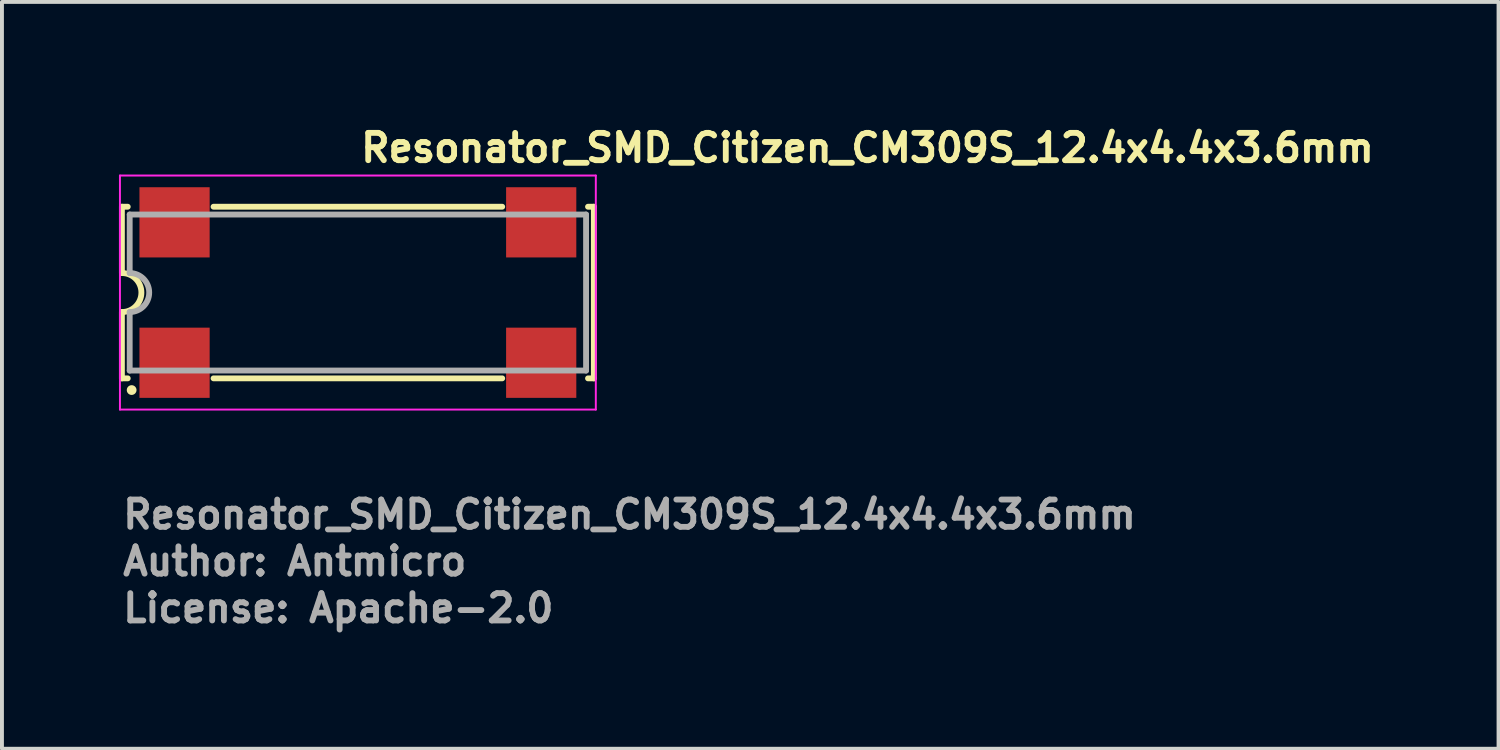
<source format=kicad_pcb>
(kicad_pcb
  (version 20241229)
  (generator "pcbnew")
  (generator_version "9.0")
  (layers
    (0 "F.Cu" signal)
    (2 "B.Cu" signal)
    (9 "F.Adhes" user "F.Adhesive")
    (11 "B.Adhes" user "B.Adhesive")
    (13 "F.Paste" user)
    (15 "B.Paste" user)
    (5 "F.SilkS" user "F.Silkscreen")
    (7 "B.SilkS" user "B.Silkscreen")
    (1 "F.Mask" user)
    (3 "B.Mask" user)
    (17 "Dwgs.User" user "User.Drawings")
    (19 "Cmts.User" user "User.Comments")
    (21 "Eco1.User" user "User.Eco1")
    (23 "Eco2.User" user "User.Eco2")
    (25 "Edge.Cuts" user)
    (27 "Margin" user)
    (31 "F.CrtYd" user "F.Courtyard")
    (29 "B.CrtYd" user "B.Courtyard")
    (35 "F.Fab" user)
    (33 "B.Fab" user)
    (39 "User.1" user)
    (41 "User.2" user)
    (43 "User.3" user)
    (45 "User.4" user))
  (footprint "Resonator_SMD_Citizen_CM309S_12.4x4.4x3.6mm"
    (layer "F.Cu")
    (at 6.125 4.45)
    (property "Reference" "Resonator_SMD_Citizen_CM309S_12.4x4.4x3.6mm" (at 0 -3.3 0) (layer "F.SilkS") (effects (font (size 0.7 0.7) (thickness 0.15)) (justify left bottom)))
    (attr smd)
    (fp_line (start -6.05 -2.2) (end -5.9 -2.2) (stroke (width 0.15) (type solid)) (layer "F.SilkS"))
    (fp_line (start -6.05 -0.5) (end -6.05 -2.2) (stroke (width 0.15) (type solid)) (layer "F.SilkS"))
    (fp_line (start -6.05 2.2) (end -6.05 0.5) (stroke (width 0.15) (type solid)) (layer "F.SilkS"))
    (fp_line (start -6.05 2.2) (end -5.9 2.2) (stroke (width 0.15) (type solid)) (layer "F.SilkS"))
    (fp_line (start -3.7 -2.2) (end 3.7 -2.2) (stroke (width 0.15) (type solid)) (layer "F.SilkS"))
    (fp_line (start 3.7 2.2) (end -3.7 2.2) (stroke (width 0.15) (type solid)) (layer "F.SilkS"))
    (fp_line (start 5.9 -2.2) (end 6.05 -2.2) (stroke (width 0.15) (type solid)) (layer "F.SilkS"))
    (fp_line (start 6.05 -2.2) (end 6.05 2.2) (stroke (width 0.15) (type solid)) (layer "F.SilkS"))
    (fp_line (start 6.05 2.2) (end 5.9 2.2) (stroke (width 0.15) (type solid)) (layer "F.SilkS"))
    (fp_arc (start -6.05 -0.5) (mid -5.55 0) (end -6.05 0.5) (stroke (width 0.15) (type solid)) (layer "F.SilkS"))
    (fp_circle (center -5.8 2.5) (end -5.75 2.5) (stroke (width 0.15) (type solid)) (fill yes) (layer "F.SilkS"))
    (fp_line (start -6.1 -3) (end -6.1 3) (stroke (width 0.05) (type solid)) (layer "F.CrtYd"))
    (fp_line (start -6.1 3) (end 6.1 3) (stroke (width 0.05) (type solid)) (layer "F.CrtYd"))
    (fp_line (start 6.1 -3) (end -6.1 -3) (stroke (width 0.05) (type solid)) (layer "F.CrtYd"))
    (fp_line (start 6.1 3) (end 6.1 -3) (stroke (width 0.05) (type solid)) (layer "F.CrtYd"))
    (fp_line (start -5.85 -2) (end 5.85 -2) (stroke (width 0.15) (type solid)) (layer "F.Fab"))
    (fp_line (start -5.85 -0.5) (end -5.85 -2) (stroke (width 0.15) (type solid)) (layer "F.Fab"))
    (fp_line (start -5.85 2) (end -5.85 0.5) (stroke (width 0.15) (type solid)) (layer "F.Fab"))
    (fp_line (start 5.85 -2) (end 5.85 2) (stroke (width 0.15) (type solid)) (layer "F.Fab"))
    (fp_line (start 5.85 2) (end -5.85 2) (stroke (width 0.15) (type solid)) (layer "F.Fab"))
    (fp_arc (start -5.85 -0.5) (mid -5.35 0) (end -5.85 0.5) (stroke (width 0.15) (type solid)) (layer "F.Fab"))
    (fp_rect (start 5.85 -2.4) (end -5.85 2.4) (stroke (width 0.1) (type solid)) (fill no) (layer "User.5"))
    (fp_line (start -5.85 -2) (end -5.65 -1.8) (stroke (width 0.01) (type solid)) (layer "User.9"))
    (fp_line (start -5.85 -2) (end 5.85 -2) (stroke (width 0.01) (type solid)) (layer "User.9"))
    (fp_line (start -5.85 2) (end -5.85 -2) (stroke (width 0.01) (type solid)) (layer "User.9"))
    (fp_line (start -5.85 2) (end -5.65 1.8) (stroke (width 0.01) (type solid)) (layer "User.9"))
    (fp_line (start -5.711 -1) (end -5.711 1) (stroke (width 0.01) (type solid)) (layer "User.9"))
    (fp_line (start -5.711 -1) (end -5.65 -1) (stroke (width 0.01) (type solid)) (layer "User.9"))
    (fp_line (start -5.711 1) (end -5.65 1) (stroke (width 0.01) (type solid)) (layer "User.9"))
    (fp_line (start -5.65 -1.8) (end 5.65 -1.8) (stroke (width 0.01) (type solid)) (layer "User.9"))
    (fp_line (start -5.65 -1) (end -5.65 -1.8) (stroke (width 0.01) (type solid)) (layer "User.9"))
    (fp_line (start -5.65 -1) (end -5.1 -1) (stroke (width 0.01) (type solid)) (layer "User.9"))
    (fp_line (start -5.65 1) (end -5.1 1) (stroke (width 0.01) (type solid)) (layer "User.9"))
    (fp_line (start -5.65 1.8) (end -5.65 1) (stroke (width 0.01) (type solid)) (layer "User.9"))
    (fp_line (start -5.15 -2.4) (end -4.45 -2.4) (stroke (width 0.01) (type solid)) (layer "User.9"))
    (fp_line (start -5.15 -2) (end -5.15 -2.4) (stroke (width 0.01) (type solid)) (layer "User.9"))
    (fp_line (start -5.15 2.4) (end -5.15 2) (stroke (width 0.01) (type solid)) (layer "User.9"))
    (fp_line (start -5.15 2.4) (end -4.45 2.4) (stroke (width 0.01) (type solid)) (layer "User.9"))
    (fp_line (start -5.1 1) (end -5.08 1) (stroke (width 0.01) (type solid)) (layer "User.9"))
    (fp_line (start -5.08 -1) (end -5.1 -1) (stroke (width 0.01) (type solid)) (layer "User.9"))
    (fp_line (start -5.08 1) (end -5.06 0.998) (stroke (width 0.01) (type solid)) (layer "User.9"))
    (fp_line (start -5.06 -0.998) (end -5.08 -1) (stroke (width 0.01) (type solid)) (layer "User.9"))
    (fp_line (start -5.06 0.998) (end -5.041 0.996) (stroke (width 0.01) (type solid)) (layer "User.9"))
    (fp_line (start -5.041 -0.996) (end -5.06 -0.998) (stroke (width 0.01) (type solid)) (layer "User.9"))
    (fp_line (start -5.041 0.996) (end -5.022 0.992) (stroke (width 0.01) (type solid)) (layer "User.9"))
    (fp_line (start -5.022 -0.992) (end -5.041 -0.996) (stroke (width 0.01) (type solid)) (layer "User.9"))
    (fp_line (start -5.022 0.992) (end -5.002 0.988) (stroke (width 0.01) (type solid)) (layer "User.9"))
    (fp_line (start -5.002 -0.988) (end -5.022 -0.992) (stroke (width 0.01) (type solid)) (layer "User.9"))
    (fp_line (start -5.002 0.988) (end -4.984 0.983) (stroke (width 0.01) (type solid)) (layer "User.9"))
    (fp_line (start -4.984 -0.983) (end -5.002 -0.988) (stroke (width 0.01) (type solid)) (layer "User.9"))
    (fp_line (start -4.984 0.983) (end -4.965 0.977) (stroke (width 0.01) (type solid)) (layer "User.9"))
    (fp_line (start -4.965 -0.977) (end -4.984 -0.983) (stroke (width 0.01) (type solid)) (layer "User.9"))
    (fp_line (start -4.965 0.977) (end -4.947 0.97) (stroke (width 0.01) (type solid)) (layer "User.9"))
    (fp_line (start -4.947 -0.97) (end -4.965 -0.977) (stroke (width 0.01) (type solid)) (layer "User.9"))
    (fp_line (start -4.947 0.97) (end -4.929 0.962) (stroke (width 0.01) (type solid)) (layer "User.9"))
    (fp_line (start -4.929 -0.962) (end -4.947 -0.97) (stroke (width 0.01) (type solid)) (layer "User.9"))
    (fp_line (start -4.929 0.962) (end -4.912 0.953) (stroke (width 0.01) (type solid)) (layer "User.9"))
    (fp_line (start -4.912 -0.953) (end -4.929 -0.962) (stroke (width 0.01) (type solid)) (layer "User.9"))
    (fp_line (start -4.912 0.953) (end -4.895 0.943) (stroke (width 0.01) (type solid)) (layer "User.9"))
    (fp_line (start -4.895 -0.943) (end -4.912 -0.953) (stroke (width 0.01) (type solid)) (layer "User.9"))
    (fp_line (start -4.895 0.943) (end -4.878 0.933) (stroke (width 0.01) (type solid)) (layer "User.9"))
    (fp_line (start -4.878 -0.933) (end -4.895 -0.943) (stroke (width 0.01) (type solid)) (layer "User.9"))
    (fp_line (start -4.878 0.933) (end -4.862 0.922) (stroke (width 0.01) (type solid)) (layer "User.9"))
    (fp_line (start -4.862 -0.922) (end -4.878 -0.933) (stroke (width 0.01) (type solid)) (layer "User.9"))
    (fp_line (start -4.862 0.922) (end -4.846 0.909) (stroke (width 0.01) (type solid)) (layer "User.9"))
    (fp_line (start -4.846 -0.909) (end -4.862 -0.922) (stroke (width 0.01) (type solid)) (layer "User.9"))
    (fp_line (start -4.846 0.909) (end -4.832 0.897) (stroke (width 0.01) (type solid)) (layer "User.9"))
    (fp_line (start -4.832 -0.897) (end -4.846 -0.909) (stroke (width 0.01) (type solid)) (layer "User.9"))
    (fp_line (start -4.832 0.897) (end -4.817 0.883) (stroke (width 0.01) (type solid)) (layer "User.9"))
    (fp_line (start -4.817 -0.883) (end -4.832 -0.897) (stroke (width 0.01) (type solid)) (layer "User.9"))
    (fp_line (start -4.817 -0.883) (end -4.817 -0.883) (stroke (width 0.01) (type solid)) (layer "User.9"))
    (fp_line (start -4.817 0.883) (end -4.817 0.883) (stroke (width 0.01) (type solid)) (layer "User.9"))
    (fp_line (start -4.817 0.883) (end -4.803 0.868) (stroke (width 0.01) (type solid)) (layer "User.9"))
    (fp_line (start -4.803 -0.868) (end -4.817 -0.883) (stroke (width 0.01) (type solid)) (layer "User.9"))
    (fp_line (start -4.803 0.868) (end -4.791 0.854) (stroke (width 0.01) (type solid)) (layer "User.9"))
    (fp_line (start -4.791 -0.854) (end -4.803 -0.868) (stroke (width 0.01) (type solid)) (layer "User.9"))
    (fp_line (start -4.791 0.854) (end -4.778 0.838) (stroke (width 0.01) (type solid)) (layer "User.9"))
    (fp_line (start -4.778 -0.838) (end -4.791 -0.854) (stroke (width 0.01) (type solid)) (layer "User.9"))
    (fp_line (start -4.778 0.838) (end -4.767 0.822) (stroke (width 0.01) (type solid)) (layer "User.9"))
    (fp_line (start -4.767 -0.822) (end -4.778 -0.838) (stroke (width 0.01) (type solid)) (layer "User.9"))
    (fp_line (start -4.767 0.822) (end -4.757 0.805) (stroke (width 0.01) (type solid)) (layer "User.9"))
    (fp_line (start -4.757 -0.805) (end -4.767 -0.822) (stroke (width 0.01) (type solid)) (layer "User.9"))
    (fp_line (start -4.757 0.805) (end -4.747 0.788) (stroke (width 0.01) (type solid)) (layer "User.9"))
    (fp_line (start -4.747 -0.788) (end -4.757 -0.805) (stroke (width 0.01) (type solid)) (layer "User.9"))
    (fp_line (start -4.747 0.788) (end -4.738 0.771) (stroke (width 0.01) (type solid)) (layer "User.9"))
    (fp_line (start -4.738 -0.771) (end -4.747 -0.788) (stroke (width 0.01) (type solid)) (layer "User.9"))
    (fp_line (start -4.738 0.771) (end -4.73 0.753) (stroke (width 0.01) (type solid)) (layer "User.9"))
    (fp_line (start -4.73 -0.753) (end -4.738 -0.771) (stroke (width 0.01) (type solid)) (layer "User.9"))
    (fp_line (start -4.73 0.753) (end -4.723 0.735) (stroke (width 0.01) (type solid)) (layer "User.9"))
    (fp_line (start -4.723 -0.735) (end -4.73 -0.753) (stroke (width 0.01) (type solid)) (layer "User.9"))
    (fp_line (start -4.723 0.735) (end -4.717 0.716) (stroke (width 0.01) (type solid)) (layer "User.9"))
    (fp_line (start -4.717 -0.716) (end -4.723 -0.735) (stroke (width 0.01) (type solid)) (layer "User.9"))
    (fp_line (start -4.717 0.716) (end -4.712 0.698) (stroke (width 0.01) (type solid)) (layer "User.9"))
    (fp_line (start -4.712 -0.698) (end -4.717 -0.716) (stroke (width 0.01) (type solid)) (layer "User.9"))
    (fp_line (start -4.712 0.698) (end -4.708 0.678) (stroke (width 0.01) (type solid)) (layer "User.9"))
    (fp_line (start -4.708 -0.678) (end -4.712 -0.698) (stroke (width 0.01) (type solid)) (layer "User.9"))
    (fp_line (start -4.708 0.678) (end -4.704 0.659) (stroke (width 0.01) (type solid)) (layer "User.9"))
    (fp_line (start -4.704 -0.659) (end -4.708 -0.678) (stroke (width 0.01) (type solid)) (layer "User.9"))
    (fp_line (start -4.704 0.659) (end -4.702 0.64) (stroke (width 0.01) (type solid)) (layer "User.9"))
    (fp_line (start -4.702 -0.64) (end -4.704 -0.659) (stroke (width 0.01) (type solid)) (layer "User.9"))
    (fp_line (start -4.702 0.64) (end -4.7 0.62) (stroke (width 0.01) (type solid)) (layer "User.9"))
    (fp_line (start -4.7 -0.62) (end -4.702 -0.64) (stroke (width 0.01) (type solid)) (layer "User.9"))
    (fp_line (start -4.7 -0.6) (end -4.7 -0.62) (stroke (width 0.01) (type solid)) (layer "User.9"))
    (fp_line (start -4.7 -0.6) (end -4.7 0.6) (stroke (width 0.01) (type solid)) (layer "User.9"))
    (fp_line (start -4.7 0.62) (end -4.7 0.6) (stroke (width 0.01) (type solid)) (layer "User.9"))
    (fp_line (start -4.45 -2) (end -4.45 -2.4) (stroke (width 0.01) (type solid)) (layer "User.9"))
    (fp_line (start -4.45 2.4) (end -4.45 2) (stroke (width 0.01) (type solid)) (layer "User.9"))
    (fp_line (start 3.75 0) (end 3.75 0) (stroke (width 0.01) (type solid)) (layer "User.9"))
    (fp_line (start 3.75 0) (end 3.751 0.039) (stroke (width 0.01) (type solid)) (layer "User.9"))
    (fp_line (start 3.751 -0.039) (end 3.75 0) (stroke (width 0.01) (type solid)) (layer "User.9"))
    (fp_line (start 3.751 0.039) (end 3.754 0.077) (stroke (width 0.01) (type solid)) (layer "User.9"))
    (fp_line (start 3.754 -0.077) (end 3.751 -0.039) (stroke (width 0.01) (type solid)) (layer "User.9"))
    (fp_line (start 3.754 0.077) (end 3.759 0.114) (stroke (width 0.01) (type solid)) (layer "User.9"))
    (fp_line (start 3.759 -0.114) (end 3.754 -0.077) (stroke (width 0.01) (type solid)) (layer "User.9"))
    (fp_line (start 3.759 0.114) (end 3.765 0.151) (stroke (width 0.01) (type solid)) (layer "User.9"))
    (fp_line (start 3.765 -0.151) (end 3.759 -0.114) (stroke (width 0.01) (type solid)) (layer "User.9"))
    (fp_line (start 3.765 0.151) (end 3.774 0.187) (stroke (width 0.01) (type solid)) (layer "User.9"))
    (fp_line (start 3.774 -0.187) (end 3.765 -0.151) (stroke (width 0.01) (type solid)) (layer "User.9"))
    (fp_line (start 3.774 0.187) (end 3.784 0.223) (stroke (width 0.01) (type solid)) (layer "User.9"))
    (fp_line (start 3.784 -0.223) (end 3.774 -0.187) (stroke (width 0.01) (type solid)) (layer "User.9"))
    (fp_line (start 3.784 0.223) (end 3.796 0.258) (stroke (width 0.01) (type solid)) (layer "User.9"))
    (fp_line (start 3.796 -0.258) (end 3.784 -0.223) (stroke (width 0.01) (type solid)) (layer "User.9"))
    (fp_line (start 3.796 0.258) (end 3.809 0.292) (stroke (width 0.01) (type solid)) (layer "User.9"))
    (fp_line (start 3.809 -0.292) (end 3.796 -0.258) (stroke (width 0.01) (type solid)) (layer "User.9"))
    (fp_line (start 3.809 0.292) (end 3.824 0.325) (stroke (width 0.01) (type solid)) (layer "User.9"))
    (fp_line (start 3.824 -0.325) (end 3.809 -0.292) (stroke (width 0.01) (type solid)) (layer "User.9"))
    (fp_line (start 3.824 0.325) (end 3.841 0.357) (stroke (width 0.01) (type solid)) (layer "User.9"))
    (fp_line (start 3.841 -0.357) (end 3.824 -0.325) (stroke (width 0.01) (type solid)) (layer "User.9"))
    (fp_line (start 3.841 0.357) (end 3.859 0.389) (stroke (width 0.01) (type solid)) (layer "User.9"))
    (fp_line (start 3.859 -0.389) (end 3.841 -0.357) (stroke (width 0.01) (type solid)) (layer "User.9"))
    (fp_line (start 3.859 0.389) (end 3.878 0.419) (stroke (width 0.01) (type solid)) (layer "User.9"))
    (fp_line (start 3.878 -0.419) (end 3.859 -0.389) (stroke (width 0.01) (type solid)) (layer "User.9"))
    (fp_line (start 3.878 0.419) (end 3.899 0.449) (stroke (width 0.01) (type solid)) (layer "User.9"))
    (fp_line (start 3.899 -0.449) (end 3.878 -0.419) (stroke (width 0.01) (type solid)) (layer "User.9"))
    (fp_line (start 3.899 0.449) (end 3.921 0.477) (stroke (width 0.01) (type solid)) (layer "User.9"))
    (fp_line (start 3.921 -0.477) (end 3.899 -0.449) (stroke (width 0.01) (type solid)) (layer "User.9"))
    (fp_line (start 3.921 0.477) (end 3.945 0.504) (stroke (width 0.01) (type solid)) (layer "User.9"))
    (fp_line (start 3.945 -0.504) (end 3.921 -0.477) (stroke (width 0.01) (type solid)) (layer "User.9"))
    (fp_line (start 3.945 0.504) (end 3.97 0.53) (stroke (width 0.01) (type solid)) (layer "User.9"))
    (fp_line (start 3.97 -0.53) (end 3.945 -0.504) (stroke (width 0.01) (type solid)) (layer "User.9"))
    (fp_line (start 3.97 0.53) (end 3.996 0.555) (stroke (width 0.01) (type solid)) (layer "User.9"))
    (fp_line (start 3.996 -0.555) (end 3.97 -0.53) (stroke (width 0.01) (type solid)) (layer "User.9"))
    (fp_line (start 3.996 0.555) (end 4.023 0.579) (stroke (width 0.01) (type solid)) (layer "User.9"))
    (fp_line (start 4.023 -0.579) (end 3.996 -0.555) (stroke (width 0.01) (type solid)) (layer "User.9"))
    (fp_line (start 4.023 0.579) (end 4.051 0.601) (stroke (width 0.01) (type solid)) (layer "User.9"))
    (fp_line (start 4.051 -0.601) (end 4.023 -0.579) (stroke (width 0.01) (type solid)) (layer "User.9"))
    (fp_line (start 4.051 0.601) (end 4.081 0.622) (stroke (width 0.01) (type solid)) (layer "User.9"))
    (fp_line (start 4.081 -0.622) (end 4.051 -0.601) (stroke (width 0.01) (type solid)) (layer "User.9"))
    (fp_line (start 4.081 0.622) (end 4.111 0.641) (stroke (width 0.01) (type solid)) (layer "User.9"))
    (fp_line (start 4.111 -0.641) (end 4.081 -0.622) (stroke (width 0.01) (type solid)) (layer "User.9"))
    (fp_line (start 4.111 0.641) (end 4.143 0.659) (stroke (width 0.01) (type solid)) (layer "User.9"))
    (fp_line (start 4.143 -0.659) (end 4.111 -0.641) (stroke (width 0.01) (type solid)) (layer "User.9"))
    (fp_line (start 4.143 0.659) (end 4.175 0.676) (stroke (width 0.01) (type solid)) (layer "User.9"))
    (fp_line (start 4.175 -0.676) (end 4.143 -0.659) (stroke (width 0.01) (type solid)) (layer "User.9"))
    (fp_line (start 4.175 0.676) (end 4.208 0.691) (stroke (width 0.01) (type solid)) (layer "User.9"))
    (fp_line (start 4.208 -0.691) (end 4.175 -0.676) (stroke (width 0.01) (type solid)) (layer "User.9"))
    (fp_line (start 4.208 0.691) (end 4.242 0.704) (stroke (width 0.01) (type solid)) (layer "User.9"))
    (fp_line (start 4.242 -0.704) (end 4.208 -0.691) (stroke (width 0.01) (type solid)) (layer "User.9"))
    (fp_line (start 4.242 0.704) (end 4.277 0.716) (stroke (width 0.01) (type solid)) (layer "User.9"))
    (fp_line (start 4.277 -0.716) (end 4.242 -0.704) (stroke (width 0.01) (type solid)) (layer "User.9"))
    (fp_line (start 4.277 0.716) (end 4.313 0.726) (stroke (width 0.01) (type solid)) (layer "User.9"))
    (fp_line (start 4.313 -0.726) (end 4.277 -0.716) (stroke (width 0.01) (type solid)) (layer "User.9"))
    (fp_line (start 4.313 0.726) (end 4.349 0.735) (stroke (width 0.01) (type solid)) (layer "User.9"))
    (fp_line (start 4.349 -0.735) (end 4.313 -0.726) (stroke (width 0.01) (type solid)) (layer "User.9"))
    (fp_line (start 4.349 0.735) (end 4.386 0.741) (stroke (width 0.01) (type solid)) (layer "User.9"))
    (fp_line (start 4.386 -0.741) (end 4.349 -0.735) (stroke (width 0.01) (type solid)) (layer "User.9"))
    (fp_line (start 4.386 0.741) (end 4.423 0.746) (stroke (width 0.01) (type solid)) (layer "User.9"))
    (fp_line (start 4.423 -0.746) (end 4.386 -0.741) (stroke (width 0.01) (type solid)) (layer "User.9"))
    (fp_line (start 4.423 0.746) (end 4.461 0.749) (stroke (width 0.01) (type solid)) (layer "User.9"))
    (fp_line (start 4.45 -2.4) (end 5.15 -2.4) (stroke (width 0.01) (type solid)) (layer "User.9"))
    (fp_line (start 4.45 -2) (end 4.45 -2.4) (stroke (width 0.01) (type solid)) (layer "User.9"))
    (fp_line (start 4.45 2.4) (end 4.45 2) (stroke (width 0.01) (type solid)) (layer "User.9"))
    (fp_line (start 4.45 2.4) (end 5.15 2.4) (stroke (width 0.01) (type solid)) (layer "User.9"))
    (fp_line (start 4.461 -0.749) (end 4.423 -0.746) (stroke (width 0.01) (type solid)) (layer "User.9"))
    (fp_line (start 4.461 0.749) (end 4.5 0.75) (stroke (width 0.01) (type solid)) (layer "User.9"))
    (fp_line (start 4.5 -0.75) (end 4.461 -0.749) (stroke (width 0.01) (type solid)) (layer "User.9"))
    (fp_line (start 4.5 -0.75) (end 4.5 -0.75) (stroke (width 0.01) (type solid)) (layer "User.9"))
    (fp_line (start 4.5 0.75) (end 4.5 0.75) (stroke (width 0.01) (type solid)) (layer "User.9"))
    (fp_line (start 4.5 0.75) (end 4.539 0.749) (stroke (width 0.01) (type solid)) (layer "User.9"))
    (fp_line (start 4.539 -0.749) (end 4.5 -0.75) (stroke (width 0.01) (type solid)) (layer "User.9"))
    (fp_line (start 4.539 0.749) (end 4.577 0.746) (stroke (width 0.01) (type solid)) (layer "User.9"))
    (fp_line (start 4.577 -0.746) (end 4.539 -0.749) (stroke (width 0.01) (type solid)) (layer "User.9"))
    (fp_line (start 4.577 0.746) (end 4.614 0.741) (stroke (width 0.01) (type solid)) (layer "User.9"))
    (fp_line (start 4.614 -0.741) (end 4.577 -0.746) (stroke (width 0.01) (type solid)) (layer "User.9"))
    (fp_line (start 4.614 0.741) (end 4.651 0.735) (stroke (width 0.01) (type solid)) (layer "User.9"))
    (fp_line (start 4.651 -0.735) (end 4.614 -0.741) (stroke (width 0.01) (type solid)) (layer "User.9"))
    (fp_line (start 4.651 0.735) (end 4.687 0.726) (stroke (width 0.01) (type solid)) (layer "User.9"))
    (fp_line (start 4.687 -0.726) (end 4.651 -0.735) (stroke (width 0.01) (type solid)) (layer "User.9"))
    (fp_line (start 4.687 0.726) (end 4.723 0.716) (stroke (width 0.01) (type solid)) (layer "User.9"))
    (fp_line (start 4.723 -0.716) (end 4.687 -0.726) (stroke (width 0.01) (type solid)) (layer "User.9"))
    (fp_line (start 4.723 0.716) (end 4.758 0.704) (stroke (width 0.01) (type solid)) (layer "User.9"))
    (fp_line (start 4.758 -0.704) (end 4.723 -0.716) (stroke (width 0.01) (type solid)) (layer "User.9"))
    (fp_line (start 4.758 0.704) (end 4.792 0.691) (stroke (width 0.01) (type solid)) (layer "User.9"))
    (fp_line (start 4.792 -0.691) (end 4.758 -0.704) (stroke (width 0.01) (type solid)) (layer "User.9"))
    (fp_line (start 4.792 0.691) (end 4.825 0.676) (stroke (width 0.01) (type solid)) (layer "User.9"))
    (fp_line (start 4.825 -0.676) (end 4.792 -0.691) (stroke (width 0.01) (type solid)) (layer "User.9"))
    (fp_line (start 4.825 0.676) (end 4.857 0.659) (stroke (width 0.01) (type solid)) (layer "User.9"))
    (fp_line (start 4.857 -0.659) (end 4.825 -0.676) (stroke (width 0.01) (type solid)) (layer "User.9"))
    (fp_line (start 4.857 0.659) (end 4.889 0.641) (stroke (width 0.01) (type solid)) (layer "User.9"))
    (fp_line (start 4.889 -0.641) (end 4.857 -0.659) (stroke (width 0.01) (type solid)) (layer "User.9"))
    (fp_line (start 4.889 0.641) (end 4.919 0.622) (stroke (width 0.01) (type solid)) (layer "User.9"))
    (fp_line (start 4.919 -0.622) (end 4.889 -0.641) (stroke (width 0.01) (type solid)) (layer "User.9"))
    (fp_line (start 4.919 0.622) (end 4.949 0.601) (stroke (width 0.01) (type solid)) (layer "User.9"))
    (fp_line (start 4.949 -0.601) (end 4.919 -0.622) (stroke (width 0.01) (type solid)) (layer "User.9"))
    (fp_line (start 4.949 0.601) (end 4.977 0.579) (stroke (width 0.01) (type solid)) (layer "User.9"))
    (fp_line (start 4.977 -0.579) (end 4.949 -0.601) (stroke (width 0.01) (type solid)) (layer "User.9"))
    (fp_line (start 4.977 0.579) (end 5.004 0.555) (stroke (width 0.01) (type solid)) (layer "User.9"))
    (fp_line (start 5.004 -0.555) (end 4.977 -0.579) (stroke (width 0.01) (type solid)) (layer "User.9"))
    (fp_line (start 5.004 0.555) (end 5.03 0.53) (stroke (width 0.01) (type solid)) (layer "User.9"))
    (fp_line (start 5.03 -0.53) (end 5.004 -0.555) (stroke (width 0.01) (type solid)) (layer "User.9"))
    (fp_line (start 5.03 0.53) (end 5.055 0.504) (stroke (width 0.01) (type solid)) (layer "User.9"))
    (fp_line (start 5.055 -0.504) (end 5.03 -0.53) (stroke (width 0.01) (type solid)) (layer "User.9"))
    (fp_line (start 5.055 0.504) (end 5.079 0.477) (stroke (width 0.01) (type solid)) (layer "User.9"))
    (fp_line (start 5.079 -0.477) (end 5.055 -0.504) (stroke (width 0.01) (type solid)) (layer "User.9"))
    (fp_line (start 5.079 0.477) (end 5.101 0.449) (stroke (width 0.01) (type solid)) (layer "User.9"))
    (fp_line (start 5.101 -0.449) (end 5.079 -0.477) (stroke (width 0.01) (type solid)) (layer "User.9"))
    (fp_line (start 5.101 0.449) (end 5.122 0.419) (stroke (width 0.01) (type solid)) (layer "User.9"))
    (fp_line (start 5.122 -0.419) (end 5.101 -0.449) (stroke (width 0.01) (type solid)) (layer "User.9"))
    (fp_line (start 5.122 0.419) (end 5.141 0.389) (stroke (width 0.01) (type solid)) (layer "User.9"))
    (fp_line (start 5.141 -0.389) (end 5.122 -0.419) (stroke (width 0.01) (type solid)) (layer "User.9"))
    (fp_line (start 5.141 0.389) (end 5.159 0.357) (stroke (width 0.01) (type solid)) (layer "User.9"))
    (fp_line (start 5.15 -2) (end 5.15 -2.4) (stroke (width 0.01) (type solid)) (layer "User.9"))
    (fp_line (start 5.15 2.4) (end 5.15 2) (stroke (width 0.01) (type solid)) (layer "User.9"))
    (fp_line (start 5.159 -0.357) (end 5.141 -0.389) (stroke (width 0.01) (type solid)) (layer "User.9"))
    (fp_line (start 5.159 0.357) (end 5.176 0.325) (stroke (width 0.01) (type solid)) (layer "User.9"))
    (fp_line (start 5.176 -0.325) (end 5.159 -0.357) (stroke (width 0.01) (type solid)) (layer "User.9"))
    (fp_line (start 5.176 0.325) (end 5.191 0.292) (stroke (width 0.01) (type solid)) (layer "User.9"))
    (fp_line (start 5.191 -0.292) (end 5.176 -0.325) (stroke (width 0.01) (type solid)) (layer "User.9"))
    (fp_line (start 5.191 0.292) (end 5.204 0.258) (stroke (width 0.01) (type solid)) (layer "User.9"))
    (fp_line (start 5.204 -0.258) (end 5.191 -0.292) (stroke (width 0.01) (type solid)) (layer "User.9"))
    (fp_line (start 5.204 0.258) (end 5.216 0.223) (stroke (width 0.01) (type solid)) (layer "User.9"))
    (fp_line (start 5.216 -0.223) (end 5.204 -0.258) (stroke (width 0.01) (type solid)) (layer "User.9"))
    (fp_line (start 5.216 0.223) (end 5.226 0.187) (stroke (width 0.01) (type solid)) (layer "User.9"))
    (fp_line (start 5.226 -0.187) (end 5.216 -0.223) (stroke (width 0.01) (type solid)) (layer "User.9"))
    (fp_line (start 5.226 0.187) (end 5.235 0.151) (stroke (width 0.01) (type solid)) (layer "User.9"))
    (fp_line (start 5.235 -0.151) (end 5.226 -0.187) (stroke (width 0.01) (type solid)) (layer "User.9"))
    (fp_line (start 5.235 0.151) (end 5.241 0.114) (stroke (width 0.01) (type solid)) (layer "User.9"))
    (fp_line (start 5.241 -0.114) (end 5.235 -0.151) (stroke (width 0.01) (type solid)) (layer "User.9"))
    (fp_line (start 5.241 0.114) (end 5.246 0.077) (stroke (width 0.01) (type solid)) (layer "User.9"))
    (fp_line (start 5.246 -0.077) (end 5.241 -0.114) (stroke (width 0.01) (type solid)) (layer "User.9"))
    (fp_line (start 5.246 0.077) (end 5.249 0.039) (stroke (width 0.01) (type solid)) (layer "User.9"))
    (fp_line (start 5.249 -0.039) (end 5.246 -0.077) (stroke (width 0.01) (type solid)) (layer "User.9"))
    (fp_line (start 5.249 0.039) (end 5.25 0) (stroke (width 0.01) (type solid)) (layer "User.9"))
    (fp_line (start 5.25 0) (end 5.249 -0.039) (stroke (width 0.01) (type solid)) (layer "User.9"))
    (fp_line (start 5.25 0) (end 5.25 0) (stroke (width 0.01) (type solid)) (layer "User.9"))
    (fp_line (start 5.25 0) (end 5.25 0) (stroke (width 0.01) (type solid)) (layer "User.9"))
    (fp_line (start 5.65 -1.8) (end 5.65 1.8) (stroke (width 0.01) (type solid)) (layer "User.9"))
    (fp_line (start 5.65 -1.8) (end 5.85 -2) (stroke (width 0.01) (type solid)) (layer "User.9"))
    (fp_line (start 5.65 1.8) (end -5.65 1.8) (stroke (width 0.01) (type solid)) (layer "User.9"))
    (fp_line (start 5.65 1.8) (end 5.85 2) (stroke (width 0.01) (type solid)) (layer "User.9"))
    (fp_line (start 5.85 -2) (end 5.85 2) (stroke (width 0.01) (type solid)) (layer "User.9"))
    (fp_line (start 5.85 2) (end -5.85 2) (stroke (width 0.01) (type solid)) (layer "User.9"))
    (fp_text user "${REFERENCE}" (at -6.1 6.1 0) (layer "F.Fab") (effects (font (size 0.7 0.7) (thickness 0.15)) (justify left bottom)))
    (fp_text user "Author: Antmicro" (at -6.1 7.3 0) (layer "F.Fab") (effects (font (size 0.7 0.7) (thickness 0.15)) (justify left bottom)))
    (fp_text user "License: Apache-2.0" (at -6.1 8.5 0) (layer "F.Fab") (effects (font (size 0.7 0.7) (thickness 0.15)) (justify left bottom)))
    (pad "1" smd rect (at -4.7 1.8) (size 1.8 1.8) (layers "F.Cu" "F.Mask" "F.Paste"))
    (pad "2" smd rect (at 4.7 1.8) (size 1.8 1.8) (layers "F.Cu" "F.Mask" "F.Paste"))
    (pad "3" smd rect (at 4.7 -1.8) (size 1.8 1.8) (layers "F.Cu" "F.Mask" "F.Paste"))
    (pad "4" smd rect (at -4.7 -1.8) (size 1.8 1.8) (layers "F.Cu" "F.Mask" "F.Paste")))
  (gr_rect
    (start -3 -3)
    (end 35.368 16.145)
    (stroke (width 0.1) (type default))
    (fill no)
    (layer "Edge.Cuts")))
</source>
